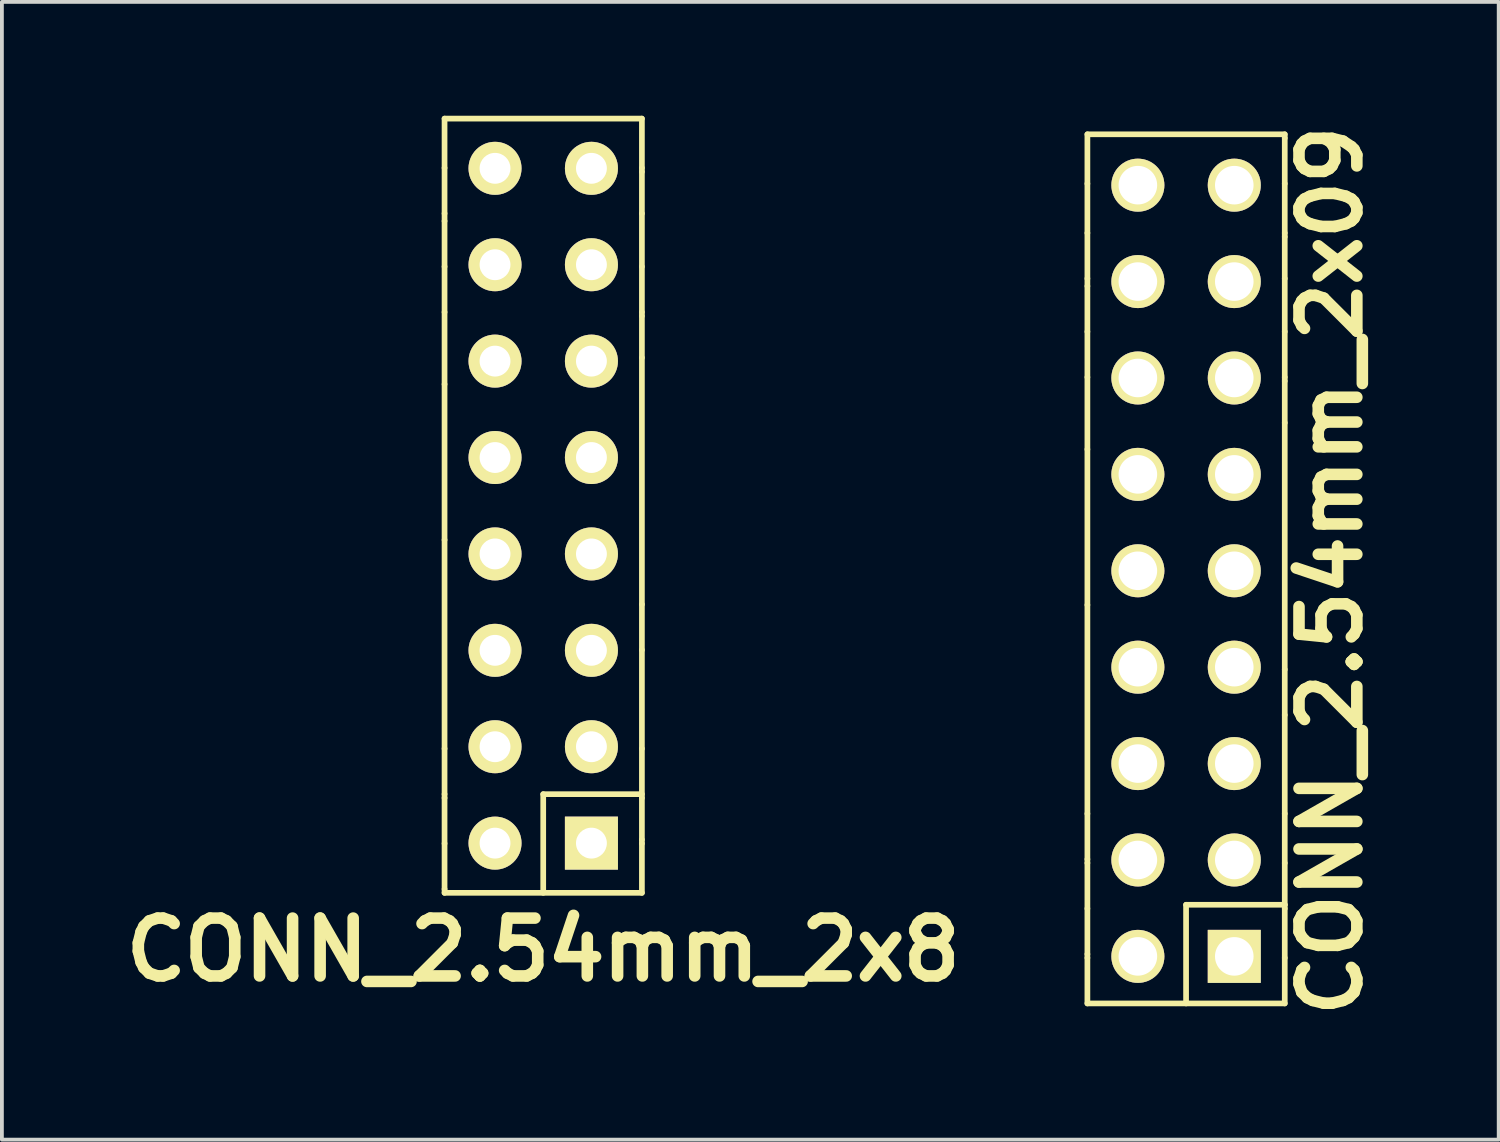
<source format=kicad_pcb>
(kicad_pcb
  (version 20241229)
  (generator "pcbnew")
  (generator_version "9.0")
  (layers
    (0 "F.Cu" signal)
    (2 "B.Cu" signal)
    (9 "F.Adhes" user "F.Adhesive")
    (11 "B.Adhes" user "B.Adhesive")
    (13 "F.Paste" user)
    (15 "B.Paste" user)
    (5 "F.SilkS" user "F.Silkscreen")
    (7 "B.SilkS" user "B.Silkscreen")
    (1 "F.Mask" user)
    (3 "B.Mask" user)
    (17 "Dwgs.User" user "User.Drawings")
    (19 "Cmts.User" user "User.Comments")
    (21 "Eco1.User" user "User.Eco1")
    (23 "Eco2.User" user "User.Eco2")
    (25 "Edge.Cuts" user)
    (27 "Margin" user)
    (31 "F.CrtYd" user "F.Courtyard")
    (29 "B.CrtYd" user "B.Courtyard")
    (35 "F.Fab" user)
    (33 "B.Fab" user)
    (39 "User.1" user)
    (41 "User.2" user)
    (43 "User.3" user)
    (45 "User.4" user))
  (footprint "CONN_2.54mm_2x8"
    (layer "F.Cu")
    (at 11.263 10.275)
    (property "Reference" "CONN_2.54mm_2x8" (at 0 11.7 0) (layer "F.SilkS") (effects (font (size 1.524 1.524) (thickness 0.305))))
    (attr through_hole)
    (fp_line (start -2.6 -10.2) (end -2.6 -8.9) (stroke (width 0.15) (type solid)) (layer "F.SilkS"))
    (fp_line (start -2.6 -8.9) (end -2.6 -7.7) (stroke (width 0.15) (type solid)) (layer "F.SilkS"))
    (fp_line (start -2.6 -7.5) (end -2.6 -7.7) (stroke (width 0.15) (type solid)) (layer "F.SilkS"))
    (fp_line (start -2.6 -6.3) (end -2.6 -7.5) (stroke (width 0.15) (type solid)) (layer "F.SilkS"))
    (fp_line (start -2.6 -5.1) (end -2.6 -6.3) (stroke (width 0.15) (type solid)) (layer "F.SilkS"))
    (fp_line (start -2.6 -5.1) (end -2.6 -3.2) (stroke (width 0.15) (type solid)) (layer "F.SilkS"))
    (fp_line (start -2.6 0.9) (end -2.6 -3.2) (stroke (width 0.15) (type solid)) (layer "F.SilkS"))
    (fp_line (start -2.6 6.4) (end -2.6 0.9) (stroke (width 0.15) (type solid)) (layer "F.SilkS"))
    (fp_line (start -2.6 6.4) (end -2.6 7.6) (stroke (width 0.15) (type solid)) (layer "F.SilkS"))
    (fp_line (start -2.6 7.6) (end -2.6 7.7) (stroke (width 0.15) (type solid)) (layer "F.SilkS"))
    (fp_line (start -2.6 8.9) (end -2.6 7.7) (stroke (width 0.15) (type solid)) (layer "F.SilkS"))
    (fp_line (start -2.6 8.9) (end -2.6 10.1) (stroke (width 0.15) (type solid)) (layer "F.SilkS"))
    (fp_line (start -2.6 10.1) (end -2.6 10.2) (stroke (width 0.15) (type solid)) (layer "F.SilkS"))
    (fp_line (start -2.6 10.2) (end 2.6 10.2) (stroke (width 0.15) (type solid)) (layer "F.SilkS"))
    (fp_line (start 0 7.6) (end 0 10.2) (stroke (width 0.15) (type solid)) (layer "F.SilkS"))
    (fp_line (start 0 7.6) (end 2.6 7.6) (stroke (width 0.15) (type solid)) (layer "F.SilkS"))
    (fp_line (start 2.6 -10.2) (end -2.6 -10.2) (stroke (width 0.15) (type solid)) (layer "F.SilkS"))
    (fp_line (start 2.6 -8.9) (end 2.6 -10.2) (stroke (width 0.15) (type solid)) (layer "F.SilkS"))
    (fp_line (start 2.6 -8.8) (end 2.6 -8.9) (stroke (width 0.15) (type solid)) (layer "F.SilkS"))
    (fp_line (start 2.6 -7.7) (end 2.6 -8.8) (stroke (width 0.15) (type solid)) (layer "F.SilkS"))
    (fp_line (start 2.6 -7.7) (end 2.6 -6.3) (stroke (width 0.15) (type solid)) (layer "F.SilkS"))
    (fp_line (start 2.6 -6.3) (end 2.6 -5.1) (stroke (width 0.15) (type solid)) (layer "F.SilkS"))
    (fp_line (start 2.6 -5) (end 2.6 -5.1) (stroke (width 0.15) (type solid)) (layer "F.SilkS"))
    (fp_line (start 2.6 -3.9) (end 2.6 -5) (stroke (width 0.15) (type solid)) (layer "F.SilkS"))
    (fp_line (start 2.6 2.6) (end 2.6 -3.9) (stroke (width 0.15) (type solid)) (layer "F.SilkS"))
    (fp_line (start 2.6 2.6) (end 2.6 3.8) (stroke (width 0.15) (type solid)) (layer "F.SilkS"))
    (fp_line (start 2.6 6.4) (end 2.6 3.8) (stroke (width 0.15) (type solid)) (layer "F.SilkS"))
    (fp_line (start 2.6 7.7) (end 2.6 6.4) (stroke (width 0.15) (type solid)) (layer "F.SilkS"))
    (fp_line (start 2.6 7.7) (end 2.6 8.8) (stroke (width 0.15) (type solid)) (layer "F.SilkS"))
    (fp_line (start 2.6 8.8) (end 2.6 8.9) (stroke (width 0.15) (type solid)) (layer "F.SilkS"))
    (fp_line (start 2.6 10.2) (end 2.6 8.9) (stroke (width 0.15) (type solid)) (layer "F.SilkS"))
    (pad "1" thru_hole rect (at 1.27 8.89) (size 1.397 1.397) (drill 0.813) (layers "*.Cu" "*.Mask" "F.SilkS"))
    (pad "2" thru_hole circle (at -1.27 8.89) (size 1.397 1.397) (drill 0.813) (layers "*.Cu" "*.Mask" "F.SilkS"))
    (pad "3" thru_hole circle (at 1.27 6.35) (size 1.397 1.397) (drill 0.813) (layers "*.Cu" "*.Mask" "F.SilkS"))
    (pad "4" thru_hole circle (at -1.27 6.35) (size 1.397 1.397) (drill 0.813) (layers "*.Cu" "*.Mask" "F.SilkS"))
    (pad "5" thru_hole circle (at 1.27 3.81) (size 1.397 1.397) (drill 0.813) (layers "*.Cu" "*.Mask" "F.SilkS"))
    (pad "6" thru_hole circle (at -1.27 3.81) (size 1.397 1.397) (drill 0.813) (layers "*.Cu" "*.Mask" "F.SilkS"))
    (pad "7" thru_hole circle (at 1.27 1.27) (size 1.397 1.397) (drill 0.813) (layers "*.Cu" "*.Mask" "F.SilkS"))
    (pad "8" thru_hole circle (at -1.27 1.27) (size 1.397 1.397) (drill 0.813) (layers "*.Cu" "*.Mask" "F.SilkS"))
    (pad "9" thru_hole circle (at 1.27 -1.27) (size 1.397 1.397) (drill 0.813) (layers "*.Cu" "*.Mask" "F.SilkS"))
    (pad "10" thru_hole circle (at -1.27 -1.27) (size 1.397 1.397) (drill 0.813) (layers "*.Cu" "*.Mask" "F.SilkS"))
    (pad "11" thru_hole circle (at 1.27 -3.81) (size 1.397 1.397) (drill 0.813) (layers "*.Cu" "*.Mask" "F.SilkS"))
    (pad "12" thru_hole circle (at -1.27 -3.81) (size 1.397 1.397) (drill 0.813) (layers "*.Cu" "*.Mask" "F.SilkS"))
    (pad "13" thru_hole circle (at 1.27 -6.35) (size 1.397 1.397) (drill 0.813) (layers "*.Cu" "*.Mask" "F.SilkS"))
    (pad "14" thru_hole circle (at -1.27 -6.35) (size 1.397 1.397) (drill 0.813) (layers "*.Cu" "*.Mask" "F.SilkS"))
    (pad "15" thru_hole circle (at 1.27 -8.89) (size 1.397 1.397) (drill 0.813) (layers "*.Cu" "*.Mask" "F.SilkS"))
    (pad "16" thru_hole circle (at -1.27 -8.89) (size 1.397 1.397) (drill 0.813) (layers "*.Cu" "*.Mask" "F.SilkS")))
  (footprint "CONN_2.54mm_2x09"
    (layer "F.Cu")
    (at 28.201 11.989)
    (property "Reference" "CONN_2.54mm_2x09" (at 3.81 0 90) (layer "F.SilkS") (effects (font (size 1.524 1.524) (thickness 0.305))))
    (attr through_hole)
    (fp_line (start -2.6 -11.5) (end -2.6 -10.2) (stroke (width 0.15) (type solid)) (layer "F.SilkS"))
    (fp_line (start -2.6 -10.2) (end -2.6 -8.9) (stroke (width 0.15) (type solid)) (layer "F.SilkS"))
    (fp_line (start -2.6 -8.9) (end -2.6 -7.7) (stroke (width 0.15) (type solid)) (layer "F.SilkS"))
    (fp_line (start -2.6 -7.5) (end -2.6 -7.7) (stroke (width 0.15) (type solid)) (layer "F.SilkS"))
    (fp_line (start -2.6 -6.3) (end -2.6 -7.5) (stroke (width 0.15) (type solid)) (layer "F.SilkS"))
    (fp_line (start -2.6 -5.1) (end -2.6 -6.3) (stroke (width 0.15) (type solid)) (layer "F.SilkS"))
    (fp_line (start -2.6 -5.1) (end -2.6 -3.2) (stroke (width 0.15) (type solid)) (layer "F.SilkS"))
    (fp_line (start -2.6 0.9) (end -2.6 -3.2) (stroke (width 0.15) (type solid)) (layer "F.SilkS"))
    (fp_line (start -2.6 6.4) (end -2.6 0.9) (stroke (width 0.15) (type solid)) (layer "F.SilkS"))
    (fp_line (start -2.6 6.4) (end -2.6 7.6) (stroke (width 0.15) (type solid)) (layer "F.SilkS"))
    (fp_line (start -2.6 7.6) (end -2.6 7.7) (stroke (width 0.15) (type solid)) (layer "F.SilkS"))
    (fp_line (start -2.6 8.9) (end -2.6 7.7) (stroke (width 0.15) (type solid)) (layer "F.SilkS"))
    (fp_line (start -2.6 8.9) (end -2.6 10.1) (stroke (width 0.15) (type solid)) (layer "F.SilkS"))
    (fp_line (start -2.6 10.1) (end -2.6 10.2) (stroke (width 0.15) (type solid)) (layer "F.SilkS"))
    (fp_line (start -2.6 10.2) (end -2.6 11.4) (stroke (width 0.15) (type solid)) (layer "F.SilkS"))
    (fp_line (start -2.6 11.4) (end 2.6 11.4) (stroke (width 0.15) (type solid)) (layer "F.SilkS"))
    (fp_line (start 0 8.8) (end 0 11.4) (stroke (width 0.15) (type solid)) (layer "F.SilkS"))
    (fp_line (start 0 8.8) (end 2.6 8.8) (stroke (width 0.15) (type solid)) (layer "F.SilkS"))
    (fp_line (start 2.6 -11.5) (end -2.6 -11.5) (stroke (width 0.15) (type solid)) (layer "F.SilkS"))
    (fp_line (start 2.6 -11.4) (end 2.6 -11.5) (stroke (width 0.15) (type solid)) (layer "F.SilkS"))
    (fp_line (start 2.6 -10.2) (end 2.6 -11.4) (stroke (width 0.15) (type solid)) (layer "F.SilkS"))
    (fp_line (start 2.6 -8.9) (end 2.6 -10.2) (stroke (width 0.15) (type solid)) (layer "F.SilkS"))
    (fp_line (start 2.6 -8.8) (end 2.6 -8.9) (stroke (width 0.15) (type solid)) (layer "F.SilkS"))
    (fp_line (start 2.6 -7.7) (end 2.6 -8.8) (stroke (width 0.15) (type solid)) (layer "F.SilkS"))
    (fp_line (start 2.6 -7.7) (end 2.6 -6.3) (stroke (width 0.15) (type solid)) (layer "F.SilkS"))
    (fp_line (start 2.6 -6.3) (end 2.6 -5.1) (stroke (width 0.15) (type solid)) (layer "F.SilkS"))
    (fp_line (start 2.6 -5) (end 2.6 -5.1) (stroke (width 0.15) (type solid)) (layer "F.SilkS"))
    (fp_line (start 2.6 -3.9) (end 2.6 -5) (stroke (width 0.15) (type solid)) (layer "F.SilkS"))
    (fp_line (start 2.6 2.6) (end 2.6 -3.9) (stroke (width 0.15) (type solid)) (layer "F.SilkS"))
    (fp_line (start 2.6 2.6) (end 2.6 3.8) (stroke (width 0.15) (type solid)) (layer "F.SilkS"))
    (fp_line (start 2.6 6.4) (end 2.6 3.8) (stroke (width 0.15) (type solid)) (layer "F.SilkS"))
    (fp_line (start 2.6 7.7) (end 2.6 6.4) (stroke (width 0.15) (type solid)) (layer "F.SilkS"))
    (fp_line (start 2.6 7.7) (end 2.6 8.8) (stroke (width 0.15) (type solid)) (layer "F.SilkS"))
    (fp_line (start 2.6 8.8) (end 2.6 8.9) (stroke (width 0.15) (type solid)) (layer "F.SilkS"))
    (fp_line (start 2.6 10.2) (end 2.6 8.9) (stroke (width 0.15) (type solid)) (layer "F.SilkS"))
    (fp_line (start 2.6 11.4) (end 2.6 10.2) (stroke (width 0.15) (type solid)) (layer "F.SilkS"))
    (pad "1" thru_hole rect (at 1.27 10.16) (size 1.397 1.397) (drill 1.016) (layers "*.Cu" "*.Mask" "F.SilkS"))
    (pad "2" thru_hole circle (at -1.27 10.16) (size 1.397 1.397) (drill 1.016) (layers "*.Cu" "*.Mask" "F.SilkS"))
    (pad "3" thru_hole circle (at 1.27 7.62) (size 1.397 1.397) (drill 1.016) (layers "*.Cu" "*.Mask" "F.SilkS"))
    (pad "4" thru_hole circle (at -1.27 7.62) (size 1.397 1.397) (drill 1.016) (layers "*.Cu" "*.Mask" "F.SilkS"))
    (pad "5" thru_hole circle (at 1.27 5.08) (size 1.397 1.397) (drill 1.016) (layers "*.Cu" "*.Mask" "F.SilkS"))
    (pad "6" thru_hole circle (at -1.27 5.08) (size 1.397 1.397) (drill 1.016) (layers "*.Cu" "*.Mask" "F.SilkS"))
    (pad "7" thru_hole circle (at 1.27 2.54) (size 1.397 1.397) (drill 1.016) (layers "*.Cu" "*.Mask" "F.SilkS"))
    (pad "8" thru_hole circle (at -1.27 2.54) (size 1.397 1.397) (drill 1.016) (layers "*.Cu" "*.Mask" "F.SilkS"))
    (pad "9" thru_hole circle (at 1.27 0) (size 1.397 1.397) (drill 1.016) (layers "*.Cu" "*.Mask" "F.SilkS"))
    (pad "10" thru_hole circle (at -1.27 0) (size 1.397 1.397) (drill 1.016) (layers "*.Cu" "*.Mask" "F.SilkS"))
    (pad "11" thru_hole circle (at 1.27 -2.54) (size 1.397 1.397) (drill 1.016) (layers "*.Cu" "*.Mask" "F.SilkS"))
    (pad "12" thru_hole circle (at -1.27 -2.54) (size 1.397 1.397) (drill 1.016) (layers "*.Cu" "*.Mask" "F.SilkS"))
    (pad "13" thru_hole circle (at 1.27 -5.08) (size 1.397 1.397) (drill 1.016) (layers "*.Cu" "*.Mask" "F.SilkS"))
    (pad "14" thru_hole circle (at -1.27 -5.08) (size 1.397 1.397) (drill 1.016) (layers "*.Cu" "*.Mask" "F.SilkS"))
    (pad "15" thru_hole circle (at 1.27 -7.62) (size 1.397 1.397) (drill 1.016) (layers "*.Cu" "*.Mask" "F.SilkS"))
    (pad "16" thru_hole circle (at -1.27 -7.62) (size 1.397 1.397) (drill 1.016) (layers "*.Cu" "*.Mask" "F.SilkS"))
    (pad "17" thru_hole circle (at 1.27 -10.16) (size 1.397 1.397) (drill 1.016) (layers "*.Cu" "*.Mask" "F.SilkS"))
    (pad "18" thru_hole circle (at -1.27 -10.16) (size 1.397 1.397) (drill 1.016) (layers "*.Cu" "*.Mask" "F.SilkS")))
  (gr_rect
    (start -3 -3)
    (end 36.438 26.978)
    (stroke (width 0.1) (type default))
    (fill no)
    (layer "Edge.Cuts")))
</source>
